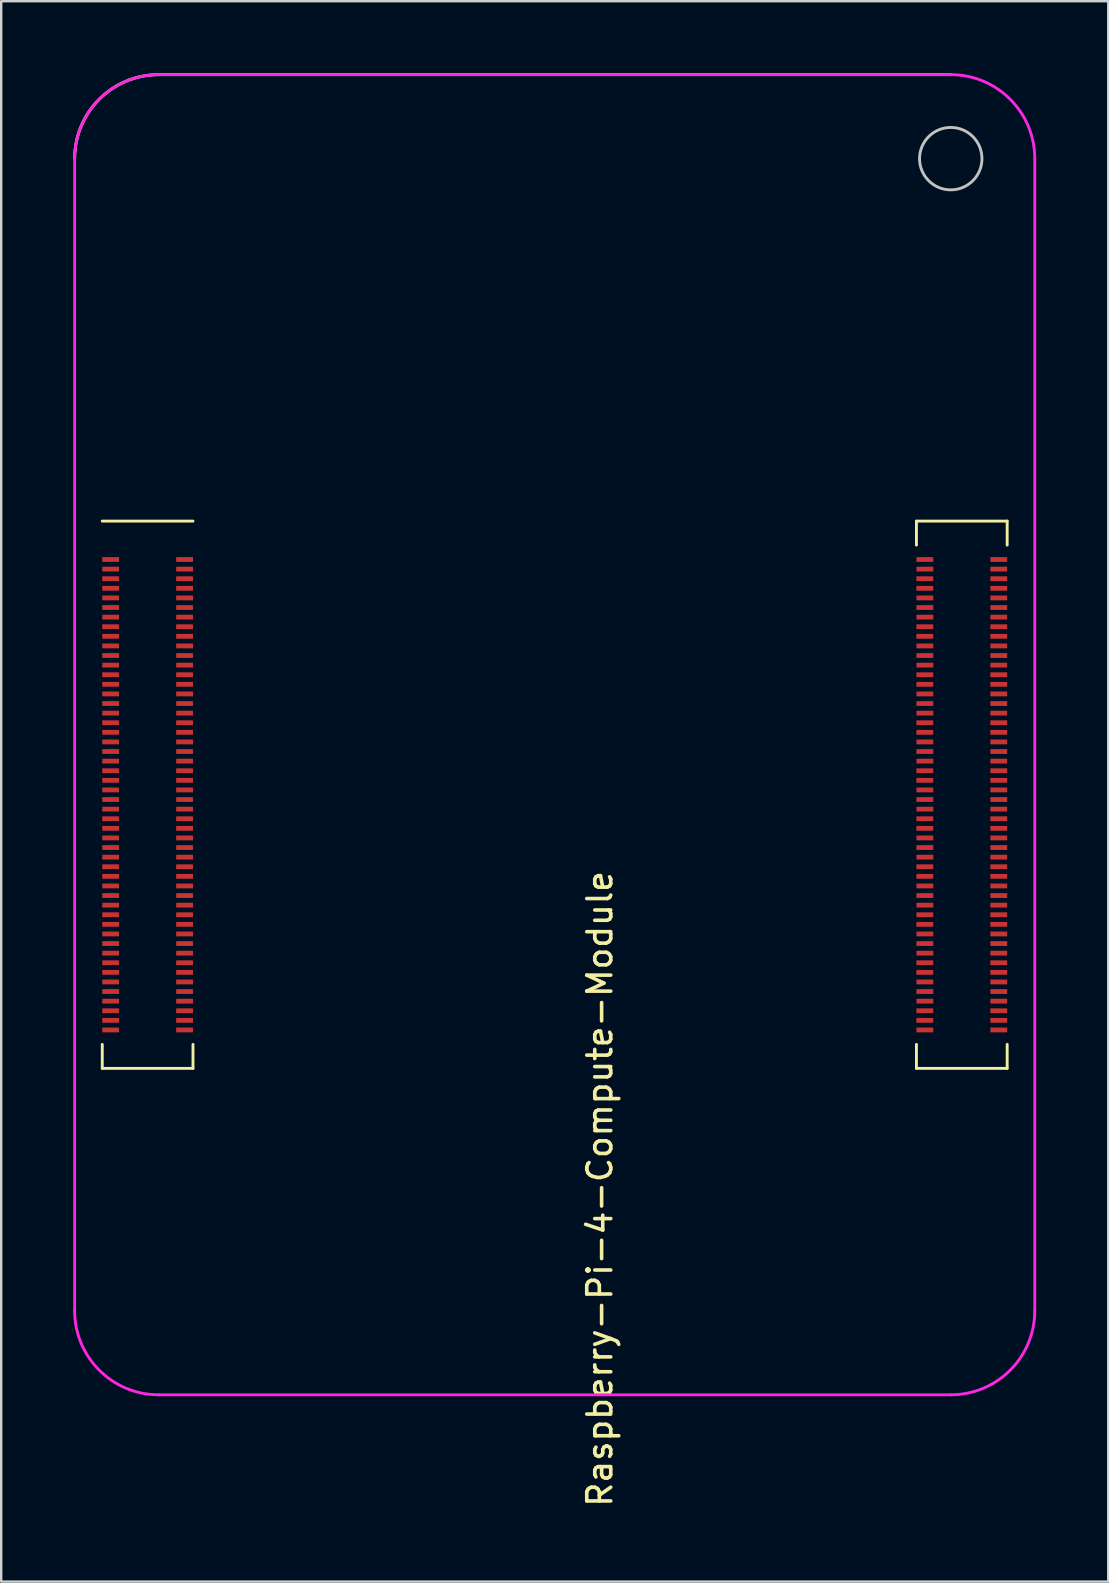
<source format=kicad_pcb>
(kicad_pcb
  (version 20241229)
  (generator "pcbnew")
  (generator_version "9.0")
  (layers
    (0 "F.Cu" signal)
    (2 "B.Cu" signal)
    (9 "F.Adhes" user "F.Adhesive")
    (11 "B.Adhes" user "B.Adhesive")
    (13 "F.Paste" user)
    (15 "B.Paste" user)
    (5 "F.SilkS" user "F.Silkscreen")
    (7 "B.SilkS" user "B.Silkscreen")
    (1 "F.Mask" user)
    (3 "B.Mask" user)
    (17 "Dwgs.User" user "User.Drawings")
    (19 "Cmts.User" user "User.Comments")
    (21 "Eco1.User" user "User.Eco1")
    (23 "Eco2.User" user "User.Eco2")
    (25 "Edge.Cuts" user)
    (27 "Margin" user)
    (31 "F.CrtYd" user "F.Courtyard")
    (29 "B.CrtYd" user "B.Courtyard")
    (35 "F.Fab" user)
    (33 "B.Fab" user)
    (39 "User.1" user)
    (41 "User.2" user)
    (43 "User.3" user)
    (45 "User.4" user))
  (footprint "Raspberry-Pi-4-Compute-Module"
    (layer "F.Cu")
    (at 3.56 51.56)
    (property "Reference" "Raspberry-Pi-4-Compute-Module" (at 18.38 -5.08 270) (layer "F.SilkS") (effects (font (size 1 1) (thickness 0.15))))
    (attr smd)
    (fp_line (start -2.35 -32.9) (end 1.43 -32.9) (stroke (width 0.12) (type solid)) (layer "F.SilkS"))
    (fp_line (start -2.35 -10.1) (end -2.35 -11.1) (stroke (width 0.12) (type solid)) (layer "F.SilkS"))
    (fp_line (start -2.35 -10.1) (end 1.43 -10.1) (stroke (width 0.12) (type solid)) (layer "F.SilkS"))
    (fp_line (start 1.43 -10.1) (end 1.43 -11.1) (stroke (width 0.12) (type solid)) (layer "F.SilkS"))
    (fp_line (start 31.57 -32.9) (end 31.57 -31.9) (stroke (width 0.12) (type solid)) (layer "F.SilkS"))
    (fp_line (start 31.57 -32.9) (end 35.35 -32.9) (stroke (width 0.12) (type solid)) (layer "F.SilkS"))
    (fp_line (start 31.57 -10.1) (end 31.57 -11.1) (stroke (width 0.12) (type solid)) (layer "F.SilkS"))
    (fp_line (start 31.57 -10.1) (end 35.35 -10.1) (stroke (width 0.12) (type solid)) (layer "F.SilkS"))
    (fp_line (start 33 -51.5) (end 0 -51.5) (stroke (width 0.12) (type solid)) (layer "F.SilkS"))
    (fp_line (start 35.35 -32.9) (end 35.35 -31.9) (stroke (width 0.12) (type solid)) (layer "F.SilkS"))
    (fp_line (start 35.35 -10.1) (end 35.35 -11.1) (stroke (width 0.12) (type solid)) (layer "F.SilkS"))
    (fp_arc (start -3.5 -48) (mid -2.474874 -50.474874) (end 0 -51.5) (stroke (width 0.12) (type solid)) (layer "F.SilkS"))
    (fp_circle (center 33 -48) (end 34.3 -48) (stroke (width 0.12) (type solid)) (fill no) (layer "Dwgs.User"))
    (fp_line (start -3.5 0) (end -3.5 -48) (stroke (width 0.12) (type solid)) (layer "F.CrtYd"))
    (fp_line (start 0 -51.5) (end 33 -51.5) (stroke (width 0.12) (type solid)) (layer "F.CrtYd"))
    (fp_line (start 33 3.5) (end 0 3.5) (stroke (width 0.12) (type solid)) (layer "F.CrtYd"))
    (fp_line (start 36.5 -48) (end 36.5 0) (stroke (width 0.12) (type solid)) (layer "F.CrtYd"))
    (fp_arc (start -3.5 -48) (mid -2.474874 -50.474874) (end 0 -51.5) (stroke (width 0.12) (type solid)) (layer "F.CrtYd"))
    (fp_arc (start 0 3.5) (mid -2.474874 2.474874) (end -3.5 0) (stroke (width 0.12) (type solid)) (layer "F.CrtYd"))
    (fp_arc (start 33 -51.5) (mid 35.474874 -50.474874) (end 36.5 -48) (stroke (width 0.12) (type solid)) (layer "F.CrtYd"))
    (fp_arc (start 36.5 0) (mid 35.474874 2.474874) (end 33 3.5) (stroke (width 0.12) (type solid)) (layer "F.CrtYd"))
    (fp_line (start -3.5 -48) (end -3.5 -5.6) (stroke (width 0.12) (type solid)) (layer "User.1"))
    (fp_line (start 36.5 -5.6) (end 36.5 -48) (stroke (width 0.12) (type solid)) (layer "User.1"))
    (fp_arc (start 33 -51.5) (mid 35.474874 -50.474874) (end 36.5 -48) (stroke (width 0.12) (type solid)) (layer "User.1"))
    (pad "1" smd rect (at -2 -31.3 270) (size 0.2 0.7) (layers "F.Cu" "F.Mask" "F.Paste"))
    (pad "2" smd rect (at 1.08 -31.3 270) (size 0.2 0.7) (layers "F.Cu" "F.Mask" "F.Paste"))
    (pad "3" smd rect (at -2 -30.9 270) (size 0.2 0.7) (layers "F.Cu" "F.Mask" "F.Paste"))
    (pad "4" smd rect (at 1.08 -30.9 270) (size 0.2 0.7) (layers "F.Cu" "F.Mask" "F.Paste"))
    (pad "5" smd rect (at -2 -30.5 270) (size 0.2 0.7) (layers "F.Cu" "F.Mask" "F.Paste"))
    (pad "6" smd rect (at 1.08 -30.5 270) (size 0.2 0.7) (layers "F.Cu" "F.Mask" "F.Paste"))
    (pad "7" smd rect (at -2 -30.1 270) (size 0.2 0.7) (layers "F.Cu" "F.Mask" "F.Paste"))
    (pad "8" smd rect (at 1.08 -30.1 270) (size 0.2 0.7) (layers "F.Cu" "F.Mask" "F.Paste"))
    (pad "9" smd rect (at -2 -29.7 270) (size 0.2 0.7) (layers "F.Cu" "F.Mask" "F.Paste"))
    (pad "10" smd rect (at 1.08 -29.7 270) (size 0.2 0.7) (layers "F.Cu" "F.Mask" "F.Paste"))
    (pad "11" smd rect (at -2 -29.3 270) (size 0.2 0.7) (layers "F.Cu" "F.Mask" "F.Paste"))
    (pad "12" smd rect (at 1.08 -29.3 270) (size 0.2 0.7) (layers "F.Cu" "F.Mask" "F.Paste"))
    (pad "13" smd rect (at -2 -28.9 270) (size 0.2 0.7) (layers "F.Cu" "F.Mask" "F.Paste"))
    (pad "14" smd rect (at 1.08 -28.9 270) (size 0.2 0.7) (layers "F.Cu" "F.Mask" "F.Paste"))
    (pad "15" smd rect (at -2 -28.5 270) (size 0.2 0.7) (layers "F.Cu" "F.Mask" "F.Paste"))
    (pad "16" smd rect (at 1.08 -28.5 270) (size 0.2 0.7) (layers "F.Cu" "F.Mask" "F.Paste"))
    (pad "17" smd rect (at -2 -28.1 270) (size 0.2 0.7) (layers "F.Cu" "F.Mask" "F.Paste"))
    (pad "18" smd rect (at 1.08 -28.1 270) (size 0.2 0.7) (layers "F.Cu" "F.Mask" "F.Paste"))
    (pad "19" smd rect (at -2 -27.7 270) (size 0.2 0.7) (layers "F.Cu" "F.Mask" "F.Paste"))
    (pad "20" smd rect (at 1.08 -27.7 270) (size 0.2 0.7) (layers "F.Cu" "F.Mask" "F.Paste"))
    (pad "21" smd rect (at -2 -27.3 270) (size 0.2 0.7) (layers "F.Cu" "F.Mask" "F.Paste"))
    (pad "22" smd rect (at 1.08 -27.3 270) (size 0.2 0.7) (layers "F.Cu" "F.Mask" "F.Paste"))
    (pad "23" smd rect (at -2 -26.9 270) (size 0.2 0.7) (layers "F.Cu" "F.Mask" "F.Paste"))
    (pad "24" smd rect (at 1.08 -26.9 270) (size 0.2 0.7) (layers "F.Cu" "F.Mask" "F.Paste"))
    (pad "25" smd rect (at -2 -26.5 270) (size 0.2 0.7) (layers "F.Cu" "F.Mask" "F.Paste"))
    (pad "26" smd rect (at 1.08 -26.5 270) (size 0.2 0.7) (layers "F.Cu" "F.Mask" "F.Paste"))
    (pad "27" smd rect (at -2 -26.1 270) (size 0.2 0.7) (layers "F.Cu" "F.Mask" "F.Paste"))
    (pad "28" smd rect (at 1.08 -26.1 270) (size 0.2 0.7) (layers "F.Cu" "F.Mask" "F.Paste"))
    (pad "29" smd rect (at -2 -25.7 270) (size 0.2 0.7) (layers "F.Cu" "F.Mask" "F.Paste"))
    (pad "30" smd rect (at 1.08 -25.7 270) (size 0.2 0.7) (layers "F.Cu" "F.Mask" "F.Paste"))
    (pad "31" smd rect (at -2 -25.3 270) (size 0.2 0.7) (layers "F.Cu" "F.Mask" "F.Paste"))
    (pad "32" smd rect (at 1.08 -25.3 270) (size 0.2 0.7) (layers "F.Cu" "F.Mask" "F.Paste"))
    (pad "33" smd rect (at -2 -24.9 270) (size 0.2 0.7) (layers "F.Cu" "F.Mask" "F.Paste"))
    (pad "34" smd rect (at 1.08 -24.9 270) (size 0.2 0.7) (layers "F.Cu" "F.Mask" "F.Paste"))
    (pad "35" smd rect (at -2 -24.5 270) (size 0.2 0.7) (layers "F.Cu" "F.Mask" "F.Paste"))
    (pad "36" smd rect (at 1.08 -24.5 270) (size 0.2 0.7) (layers "F.Cu" "F.Mask" "F.Paste"))
    (pad "37" smd rect (at -2 -24.1 270) (size 0.2 0.7) (layers "F.Cu" "F.Mask" "F.Paste"))
    (pad "38" smd rect (at 1.08 -24.1 270) (size 0.2 0.7) (layers "F.Cu" "F.Mask" "F.Paste"))
    (pad "39" smd rect (at -2 -23.7 270) (size 0.2 0.7) (layers "F.Cu" "F.Mask" "F.Paste"))
    (pad "40" smd rect (at 1.08 -23.7 270) (size 0.2 0.7) (layers "F.Cu" "F.Mask" "F.Paste"))
    (pad "41" smd rect (at -2 -23.3 270) (size 0.2 0.7) (layers "F.Cu" "F.Mask" "F.Paste"))
    (pad "42" smd rect (at 1.08 -23.3 270) (size 0.2 0.7) (layers "F.Cu" "F.Mask" "F.Paste"))
    (pad "43" smd rect (at -2 -22.9 270) (size 0.2 0.7) (layers "F.Cu" "F.Mask" "F.Paste"))
    (pad "44" smd rect (at 1.08 -22.9 270) (size 0.2 0.7) (layers "F.Cu" "F.Mask" "F.Paste"))
    (pad "45" smd rect (at -2 -22.5 270) (size 0.2 0.7) (layers "F.Cu" "F.Mask" "F.Paste"))
    (pad "46" smd rect (at 1.08 -22.5 270) (size 0.2 0.7) (layers "F.Cu" "F.Mask" "F.Paste"))
    (pad "47" smd rect (at -2 -22.1 270) (size 0.2 0.7) (layers "F.Cu" "F.Mask" "F.Paste"))
    (pad "48" smd rect (at 1.08 -22.1 270) (size 0.2 0.7) (layers "F.Cu" "F.Mask" "F.Paste"))
    (pad "49" smd rect (at -2 -21.7 270) (size 0.2 0.7) (layers "F.Cu" "F.Mask" "F.Paste"))
    (pad "50" smd rect (at 1.08 -21.7 270) (size 0.2 0.7) (layers "F.Cu" "F.Mask" "F.Paste"))
    (pad "51" smd rect (at -2 -21.3 270) (size 0.2 0.7) (layers "F.Cu" "F.Mask" "F.Paste"))
    (pad "52" smd rect (at 1.08 -21.3 270) (size 0.2 0.7) (layers "F.Cu" "F.Mask" "F.Paste"))
    (pad "53" smd rect (at -2 -20.9 270) (size 0.2 0.7) (layers "F.Cu" "F.Mask" "F.Paste"))
    (pad "54" smd rect (at 1.08 -20.9 270) (size 0.2 0.7) (layers "F.Cu" "F.Mask" "F.Paste"))
    (pad "55" smd rect (at -2 -20.5 270) (size 0.2 0.7) (layers "F.Cu" "F.Mask" "F.Paste"))
    (pad "56" smd rect (at 1.08 -20.5 270) (size 0.2 0.7) (layers "F.Cu" "F.Mask" "F.Paste"))
    (pad "57" smd rect (at -2 -20.1 270) (size 0.2 0.7) (layers "F.Cu" "F.Mask" "F.Paste"))
    (pad "58" smd rect (at 1.08 -20.1 270) (size 0.2 0.7) (layers "F.Cu" "F.Mask" "F.Paste"))
    (pad "59" smd rect (at -2 -19.7 270) (size 0.2 0.7) (layers "F.Cu" "F.Mask" "F.Paste"))
    (pad "60" smd rect (at 1.08 -19.7 270) (size 0.2 0.7) (layers "F.Cu" "F.Mask" "F.Paste"))
    (pad "61" smd rect (at -2 -19.3 270) (size 0.2 0.7) (layers "F.Cu" "F.Mask" "F.Paste"))
    (pad "62" smd rect (at 1.08 -19.3 270) (size 0.2 0.7) (layers "F.Cu" "F.Mask" "F.Paste"))
    (pad "63" smd rect (at -2 -18.9 270) (size 0.2 0.7) (layers "F.Cu" "F.Mask" "F.Paste"))
    (pad "64" smd rect (at 1.08 -18.9 270) (size 0.2 0.7) (layers "F.Cu" "F.Mask" "F.Paste"))
    (pad "65" smd rect (at -2 -18.5 270) (size 0.2 0.7) (layers "F.Cu" "F.Mask" "F.Paste"))
    (pad "66" smd rect (at 1.08 -18.5 270) (size 0.2 0.7) (layers "F.Cu" "F.Mask" "F.Paste"))
    (pad "67" smd rect (at -2 -18.1 270) (size 0.2 0.7) (layers "F.Cu" "F.Mask" "F.Paste"))
    (pad "68" smd rect (at 1.08 -18.1 270) (size 0.2 0.7) (layers "F.Cu" "F.Mask" "F.Paste"))
    (pad "69" smd rect (at -2 -17.7 270) (size 0.2 0.7) (layers "F.Cu" "F.Mask" "F.Paste"))
    (pad "70" smd rect (at 1.08 -17.7 270) (size 0.2 0.7) (layers "F.Cu" "F.Mask" "F.Paste"))
    (pad "71" smd rect (at -2 -17.3 270) (size 0.2 0.7) (layers "F.Cu" "F.Mask" "F.Paste"))
    (pad "72" smd rect (at 1.08 -17.3 270) (size 0.2 0.7) (layers "F.Cu" "F.Mask" "F.Paste"))
    (pad "73" smd rect (at -2 -16.9 270) (size 0.2 0.7) (layers "F.Cu" "F.Mask" "F.Paste"))
    (pad "74" smd rect (at 1.08 -16.9 270) (size 0.2 0.7) (layers "F.Cu" "F.Mask" "F.Paste"))
    (pad "75" smd rect (at -2 -16.5 270) (size 0.2 0.7) (layers "F.Cu" "F.Mask" "F.Paste"))
    (pad "76" smd rect (at 1.08 -16.5 270) (size 0.2 0.7) (layers "F.Cu" "F.Mask" "F.Paste"))
    (pad "77" smd rect (at -2 -16.1 270) (size 0.2 0.7) (layers "F.Cu" "F.Mask" "F.Paste"))
    (pad "78" smd rect (at 1.08 -16.1 270) (size 0.2 0.7) (layers "F.Cu" "F.Mask" "F.Paste"))
    (pad "79" smd rect (at -2 -15.7 270) (size 0.2 0.7) (layers "F.Cu" "F.Mask" "F.Paste"))
    (pad "80" smd rect (at 1.08 -15.7 270) (size 0.2 0.7) (layers "F.Cu" "F.Mask" "F.Paste"))
    (pad "81" smd rect (at -2 -15.3 270) (size 0.2 0.7) (layers "F.Cu" "F.Mask" "F.Paste"))
    (pad "82" smd rect (at 1.08 -15.3 270) (size 0.2 0.7) (layers "F.Cu" "F.Mask" "F.Paste"))
    (pad "83" smd rect (at -2 -14.9 270) (size 0.2 0.7) (layers "F.Cu" "F.Mask" "F.Paste"))
    (pad "84" smd rect (at 1.08 -14.9 270) (size 0.2 0.7) (layers "F.Cu" "F.Mask" "F.Paste"))
    (pad "85" smd rect (at -2 -14.5 270) (size 0.2 0.7) (layers "F.Cu" "F.Mask" "F.Paste"))
    (pad "86" smd rect (at 1.08 -14.5 270) (size 0.2 0.7) (layers "F.Cu" "F.Mask" "F.Paste"))
    (pad "87" smd rect (at -2 -14.1 270) (size 0.2 0.7) (layers "F.Cu" "F.Mask" "F.Paste"))
    (pad "88" smd rect (at 1.08 -14.1 270) (size 0.2 0.7) (layers "F.Cu" "F.Mask" "F.Paste"))
    (pad "89" smd rect (at -2 -13.7 270) (size 0.2 0.7) (layers "F.Cu" "F.Mask" "F.Paste"))
    (pad "90" smd rect (at 1.08 -13.7 270) (size 0.2 0.7) (layers "F.Cu" "F.Mask" "F.Paste"))
    (pad "91" smd rect (at -2 -13.3 270) (size 0.2 0.7) (layers "F.Cu" "F.Mask" "F.Paste"))
    (pad "92" smd rect (at 1.08 -13.3 270) (size 0.2 0.7) (layers "F.Cu" "F.Mask" "F.Paste"))
    (pad "93" smd rect (at -2 -12.9 270) (size 0.2 0.7) (layers "F.Cu" "F.Mask" "F.Paste"))
    (pad "94" smd rect (at 1.08 -12.9 270) (size 0.2 0.7) (layers "F.Cu" "F.Mask" "F.Paste"))
    (pad "95" smd rect (at -2 -12.5 270) (size 0.2 0.7) (layers "F.Cu" "F.Mask" "F.Paste"))
    (pad "96" smd rect (at 1.08 -12.5 270) (size 0.2 0.7) (layers "F.Cu" "F.Mask" "F.Paste"))
    (pad "97" smd rect (at -2 -12.1 270) (size 0.2 0.7) (layers "F.Cu" "F.Mask" "F.Paste"))
    (pad "98" smd rect (at 1.08 -12.1 270) (size 0.2 0.7) (layers "F.Cu" "F.Mask" "F.Paste"))
    (pad "99" smd rect (at -2 -11.7 270) (size 0.2 0.7) (layers "F.Cu" "F.Mask" "F.Paste"))
    (pad "100" smd rect (at 1.08 -11.7 270) (size 0.2 0.7) (layers "F.Cu" "F.Mask" "F.Paste"))
    (pad "101" smd rect (at 31.92 -31.3 270) (size 0.2 0.7) (layers "F.Cu" "F.Mask" "F.Paste"))
    (pad "102" smd rect (at 35 -31.3 270) (size 0.2 0.7) (layers "F.Cu" "F.Mask" "F.Paste"))
    (pad "103" smd rect (at 31.92 -30.9 270) (size 0.2 0.7) (layers "F.Cu" "F.Mask" "F.Paste"))
    (pad "104" smd rect (at 35 -30.9 270) (size 0.2 0.7) (layers "F.Cu" "F.Mask" "F.Paste"))
    (pad "105" smd rect (at 31.92 -30.5 270) (size 0.2 0.7) (layers "F.Cu" "F.Mask" "F.Paste"))
    (pad "106" smd rect (at 35 -30.5 270) (size 0.2 0.7) (layers "F.Cu" "F.Mask" "F.Paste"))
    (pad "107" smd rect (at 31.92 -30.1 270) (size 0.2 0.7) (layers "F.Cu" "F.Mask" "F.Paste"))
    (pad "108" smd rect (at 35 -30.1 270) (size 0.2 0.7) (layers "F.Cu" "F.Mask" "F.Paste"))
    (pad "109" smd rect (at 31.92 -29.7 270) (size 0.2 0.7) (layers "F.Cu" "F.Mask" "F.Paste"))
    (pad "110" smd rect (at 35 -29.7 270) (size 0.2 0.7) (layers "F.Cu" "F.Mask" "F.Paste"))
    (pad "111" smd rect (at 31.92 -29.3 270) (size 0.2 0.7) (layers "F.Cu" "F.Mask" "F.Paste"))
    (pad "112" smd rect (at 35 -29.3 270) (size 0.2 0.7) (layers "F.Cu" "F.Mask" "F.Paste"))
    (pad "113" smd rect (at 31.92 -28.9 270) (size 0.2 0.7) (layers "F.Cu" "F.Mask" "F.Paste"))
    (pad "114" smd rect (at 35 -28.9 270) (size 0.2 0.7) (layers "F.Cu" "F.Mask" "F.Paste"))
    (pad "115" smd rect (at 31.92 -28.5 270) (size 0.2 0.7) (layers "F.Cu" "F.Mask" "F.Paste"))
    (pad "116" smd rect (at 35 -28.5 270) (size 0.2 0.7) (layers "F.Cu" "F.Mask" "F.Paste"))
    (pad "117" smd rect (at 31.92 -28.1 270) (size 0.2 0.7) (layers "F.Cu" "F.Mask" "F.Paste"))
    (pad "118" smd rect (at 35 -28.1 270) (size 0.2 0.7) (layers "F.Cu" "F.Mask" "F.Paste"))
    (pad "119" smd rect (at 31.92 -27.7 270) (size 0.2 0.7) (layers "F.Cu" "F.Mask" "F.Paste"))
    (pad "120" smd rect (at 35 -27.7 270) (size 0.2 0.7) (layers "F.Cu" "F.Mask" "F.Paste"))
    (pad "121" smd rect (at 31.92 -27.3 270) (size 0.2 0.7) (layers "F.Cu" "F.Mask" "F.Paste"))
    (pad "122" smd rect (at 35 -27.3 270) (size 0.2 0.7) (layers "F.Cu" "F.Mask" "F.Paste"))
    (pad "123" smd rect (at 31.92 -26.9 270) (size 0.2 0.7) (layers "F.Cu" "F.Mask" "F.Paste"))
    (pad "124" smd rect (at 35 -26.9 270) (size 0.2 0.7) (layers "F.Cu" "F.Mask" "F.Paste"))
    (pad "125" smd rect (at 31.92 -26.5 270) (size 0.2 0.7) (layers "F.Cu" "F.Mask" "F.Paste"))
    (pad "126" smd rect (at 35 -26.5 270) (size 0.2 0.7) (layers "F.Cu" "F.Mask" "F.Paste"))
    (pad "127" smd rect (at 31.92 -26.1 270) (size 0.2 0.7) (layers "F.Cu" "F.Mask" "F.Paste"))
    (pad "128" smd rect (at 35 -26.1 270) (size 0.2 0.7) (layers "F.Cu" "F.Mask" "F.Paste"))
    (pad "129" smd rect (at 31.92 -25.7 270) (size 0.2 0.7) (layers "F.Cu" "F.Mask" "F.Paste"))
    (pad "130" smd rect (at 35 -25.7 270) (size 0.2 0.7) (layers "F.Cu" "F.Mask" "F.Paste"))
    (pad "131" smd rect (at 31.92 -25.3 270) (size 0.2 0.7) (layers "F.Cu" "F.Mask" "F.Paste"))
    (pad "132" smd rect (at 35 -25.3 270) (size 0.2 0.7) (layers "F.Cu" "F.Mask" "F.Paste"))
    (pad "133" smd rect (at 31.92 -24.9 270) (size 0.2 0.7) (layers "F.Cu" "F.Mask" "F.Paste"))
    (pad "134" smd rect (at 35 -24.9 270) (size 0.2 0.7) (layers "F.Cu" "F.Mask" "F.Paste"))
    (pad "135" smd rect (at 31.92 -24.5 270) (size 0.2 0.7) (layers "F.Cu" "F.Mask" "F.Paste"))
    (pad "136" smd rect (at 35 -24.5 270) (size 0.2 0.7) (layers "F.Cu" "F.Mask" "F.Paste"))
    (pad "137" smd rect (at 31.92 -24.1 270) (size 0.2 0.7) (layers "F.Cu" "F.Mask" "F.Paste"))
    (pad "138" smd rect (at 35 -24.1 270) (size 0.2 0.7) (layers "F.Cu" "F.Mask" "F.Paste"))
    (pad "139" smd rect (at 31.92 -23.7 270) (size 0.2 0.7) (layers "F.Cu" "F.Mask" "F.Paste"))
    (pad "140" smd rect (at 35 -23.7 270) (size 0.2 0.7) (layers "F.Cu" "F.Mask" "F.Paste"))
    (pad "141" smd rect (at 31.92 -23.3 270) (size 0.2 0.7) (layers "F.Cu" "F.Mask" "F.Paste"))
    (pad "142" smd rect (at 35 -23.3 270) (size 0.2 0.7) (layers "F.Cu" "F.Mask" "F.Paste"))
    (pad "143" smd rect (at 31.92 -22.9 270) (size 0.2 0.7) (layers "F.Cu" "F.Mask" "F.Paste"))
    (pad "144" smd rect (at 35 -22.9 270) (size 0.2 0.7) (layers "F.Cu" "F.Mask" "F.Paste"))
    (pad "145" smd rect (at 31.92 -22.5 270) (size 0.2 0.7) (layers "F.Cu" "F.Mask" "F.Paste"))
    (pad "146" smd rect (at 35 -22.5 270) (size 0.2 0.7) (layers "F.Cu" "F.Mask" "F.Paste"))
    (pad "147" smd rect (at 31.92 -22.1 270) (size 0.2 0.7) (layers "F.Cu" "F.Mask" "F.Paste"))
    (pad "148" smd rect (at 35 -22.1 270) (size 0.2 0.7) (layers "F.Cu" "F.Mask" "F.Paste"))
    (pad "149" smd rect (at 31.92 -21.7 270) (size 0.2 0.7) (layers "F.Cu" "F.Mask" "F.Paste"))
    (pad "150" smd rect (at 35 -21.7 270) (size 0.2 0.7) (layers "F.Cu" "F.Mask" "F.Paste"))
    (pad "151" smd rect (at 31.92 -21.3 270) (size 0.2 0.7) (layers "F.Cu" "F.Mask" "F.Paste"))
    (pad "152" smd rect (at 35 -21.3 270) (size 0.2 0.7) (layers "F.Cu" "F.Mask" "F.Paste"))
    (pad "153" smd rect (at 31.92 -20.9 270) (size 0.2 0.7) (layers "F.Cu" "F.Mask" "F.Paste"))
    (pad "154" smd rect (at 35 -20.9 270) (size 0.2 0.7) (layers "F.Cu" "F.Mask" "F.Paste"))
    (pad "155" smd rect (at 31.92 -20.5 270) (size 0.2 0.7) (layers "F.Cu" "F.Mask" "F.Paste"))
    (pad "156" smd rect (at 35 -20.5 270) (size 0.2 0.7) (layers "F.Cu" "F.Mask" "F.Paste"))
    (pad "157" smd rect (at 31.92 -20.1 270) (size 0.2 0.7) (layers "F.Cu" "F.Mask" "F.Paste"))
    (pad "158" smd rect (at 35 -20.1 270) (size 0.2 0.7) (layers "F.Cu" "F.Mask" "F.Paste"))
    (pad "159" smd rect (at 31.92 -19.7 270) (size 0.2 0.7) (layers "F.Cu" "F.Mask" "F.Paste"))
    (pad "160" smd rect (at 35 -19.7 270) (size 0.2 0.7) (layers "F.Cu" "F.Mask" "F.Paste"))
    (pad "161" smd rect (at 31.92 -19.3 270) (size 0.2 0.7) (layers "F.Cu" "F.Mask" "F.Paste"))
    (pad "162" smd rect (at 35 -19.3 270) (size 0.2 0.7) (layers "F.Cu" "F.Mask" "F.Paste"))
    (pad "163" smd rect (at 31.92 -18.9 270) (size 0.2 0.7) (layers "F.Cu" "F.Mask" "F.Paste"))
    (pad "164" smd rect (at 35 -18.9 270) (size 0.2 0.7) (layers "F.Cu" "F.Mask" "F.Paste"))
    (pad "165" smd rect (at 31.92 -18.5 270) (size 0.2 0.7) (layers "F.Cu" "F.Mask" "F.Paste"))
    (pad "166" smd rect (at 35 -18.5 270) (size 0.2 0.7) (layers "F.Cu" "F.Mask" "F.Paste"))
    (pad "167" smd rect (at 31.92 -18.1 270) (size 0.2 0.7) (layers "F.Cu" "F.Mask" "F.Paste"))
    (pad "168" smd rect (at 35 -18.1 270) (size 0.2 0.7) (layers "F.Cu" "F.Mask" "F.Paste"))
    (pad "169" smd rect (at 31.92 -17.7 270) (size 0.2 0.7) (layers "F.Cu" "F.Mask" "F.Paste"))
    (pad "170" smd rect (at 35 -17.7 270) (size 0.2 0.7) (layers "F.Cu" "F.Mask" "F.Paste"))
    (pad "171" smd rect (at 31.92 -17.3 270) (size 0.2 0.7) (layers "F.Cu" "F.Mask" "F.Paste"))
    (pad "172" smd rect (at 35 -17.3 270) (size 0.2 0.7) (layers "F.Cu" "F.Mask" "F.Paste"))
    (pad "173" smd rect (at 31.92 -16.9 270) (size 0.2 0.7) (layers "F.Cu" "F.Mask" "F.Paste"))
    (pad "174" smd rect (at 35 -16.9 270) (size 0.2 0.7) (layers "F.Cu" "F.Mask" "F.Paste"))
    (pad "175" smd rect (at 31.92 -16.5 270) (size 0.2 0.7) (layers "F.Cu" "F.Mask" "F.Paste"))
    (pad "176" smd rect (at 35 -16.5 270) (size 0.2 0.7) (layers "F.Cu" "F.Mask" "F.Paste"))
    (pad "177" smd rect (at 31.92 -16.1 270) (size 0.2 0.7) (layers "F.Cu" "F.Mask" "F.Paste"))
    (pad "178" smd rect (at 35 -16.1 270) (size 0.2 0.7) (layers "F.Cu" "F.Mask" "F.Paste"))
    (pad "179" smd rect (at 31.92 -15.7 270) (size 0.2 0.7) (layers "F.Cu" "F.Mask" "F.Paste"))
    (pad "180" smd rect (at 35 -15.7 270) (size 0.2 0.7) (layers "F.Cu" "F.Mask" "F.Paste"))
    (pad "181" smd rect (at 31.92 -15.3 270) (size 0.2 0.7) (layers "F.Cu" "F.Mask" "F.Paste"))
    (pad "182" smd rect (at 35 -15.3 270) (size 0.2 0.7) (layers "F.Cu" "F.Mask" "F.Paste"))
    (pad "183" smd rect (at 31.92 -14.9 270) (size 0.2 0.7) (layers "F.Cu" "F.Mask" "F.Paste"))
    (pad "184" smd rect (at 35 -14.9 270) (size 0.2 0.7) (layers "F.Cu" "F.Mask" "F.Paste"))
    (pad "185" smd rect (at 31.92 -14.5 270) (size 0.2 0.7) (layers "F.Cu" "F.Mask" "F.Paste"))
    (pad "186" smd rect (at 35 -14.5 270) (size 0.2 0.7) (layers "F.Cu" "F.Mask" "F.Paste"))
    (pad "187" smd rect (at 31.92 -14.1 270) (size 0.2 0.7) (layers "F.Cu" "F.Mask" "F.Paste"))
    (pad "188" smd rect (at 35 -14.1 270) (size 0.2 0.7) (layers "F.Cu" "F.Mask" "F.Paste"))
    (pad "189" smd rect (at 31.92 -13.7 270) (size 0.2 0.7) (layers "F.Cu" "F.Mask" "F.Paste"))
    (pad "190" smd rect (at 35 -13.7 270) (size 0.2 0.7) (layers "F.Cu" "F.Mask" "F.Paste"))
    (pad "191" smd rect (at 31.92 -13.3 270) (size 0.2 0.7) (layers "F.Cu" "F.Mask" "F.Paste"))
    (pad "192" smd rect (at 35 -13.3 270) (size 0.2 0.7) (layers "F.Cu" "F.Mask" "F.Paste"))
    (pad "193" smd rect (at 31.92 -12.9 270) (size 0.2 0.7) (layers "F.Cu" "F.Mask" "F.Paste"))
    (pad "194" smd rect (at 35 -12.9 270) (size 0.2 0.7) (layers "F.Cu" "F.Mask" "F.Paste"))
    (pad "195" smd rect (at 31.92 -12.5 270) (size 0.2 0.7) (layers "F.Cu" "F.Mask" "F.Paste"))
    (pad "196" smd rect (at 35 -12.5 270) (size 0.2 0.7) (layers "F.Cu" "F.Mask" "F.Paste"))
    (pad "197" smd rect (at 31.92 -12.1 270) (size 0.2 0.7) (layers "F.Cu" "F.Mask" "F.Paste"))
    (pad "198" smd rect (at 35 -12.1 270) (size 0.2 0.7) (layers "F.Cu" "F.Mask" "F.Paste"))
    (pad "199" smd rect (at 31.92 -11.7 270) (size 0.2 0.7) (layers "F.Cu" "F.Mask" "F.Paste"))
    (pad "200" smd rect (at 35 -11.7 270) (size 0.2 0.7) (layers "F.Cu" "F.Mask" "F.Paste")))
  (gr_rect
    (start -3 -3)
    (end 43.12 62.843)
    (stroke (width 0.1) (type default))
    (fill no)
    (layer "Edge.Cuts")))
</source>
